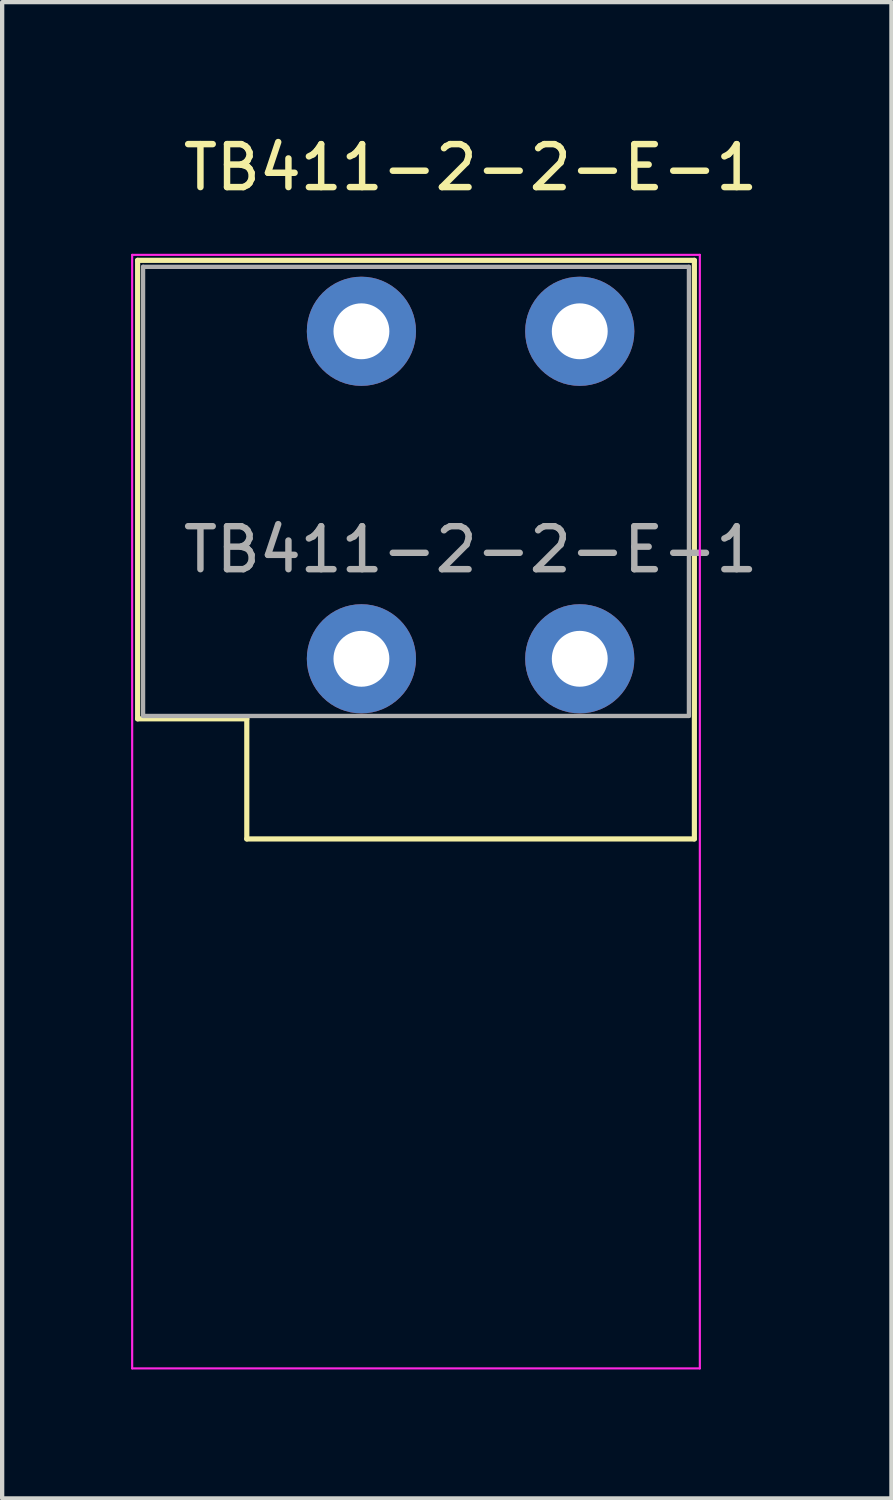
<source format=kicad_pcb>
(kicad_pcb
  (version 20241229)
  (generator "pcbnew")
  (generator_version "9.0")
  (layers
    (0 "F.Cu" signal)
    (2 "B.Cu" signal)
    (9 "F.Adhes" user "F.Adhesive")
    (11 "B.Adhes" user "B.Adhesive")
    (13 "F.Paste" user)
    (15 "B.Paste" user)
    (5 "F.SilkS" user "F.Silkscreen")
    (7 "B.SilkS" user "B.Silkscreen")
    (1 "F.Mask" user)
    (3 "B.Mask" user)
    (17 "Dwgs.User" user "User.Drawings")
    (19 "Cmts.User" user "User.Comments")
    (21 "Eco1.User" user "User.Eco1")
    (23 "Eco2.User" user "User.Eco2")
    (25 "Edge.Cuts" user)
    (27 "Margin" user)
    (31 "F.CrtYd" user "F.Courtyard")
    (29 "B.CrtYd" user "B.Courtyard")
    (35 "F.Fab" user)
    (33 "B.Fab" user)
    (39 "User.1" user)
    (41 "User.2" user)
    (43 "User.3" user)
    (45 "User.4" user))
  (footprint "TB411-2-2-E-1"
    (layer "F.Cu")
    (at 10.439 4.658)
    (property "Reference" "TB411-2-2-E-1" (at -2.54 -3.81 0) (unlocked yes) (layer "F.SilkS") (effects (font (size 1 1) (thickness 0.15))))
    (attr through_hole)
    (fp_line (start -10.287 -1.651) (end 2.667 -1.651) (stroke (width 0.12) (type solid)) (layer "F.SilkS"))
    (fp_line (start -10.287 9.017) (end -10.287 -1.651) (stroke (width 0.12) (type solid)) (layer "F.SilkS"))
    (fp_line (start -7.747 9.017) (end -10.287 9.017) (stroke (width 0.12) (type solid)) (layer "F.SilkS"))
    (fp_line (start -7.747 11.811) (end -7.747 9.017) (stroke (width 0.12) (type solid)) (layer "F.SilkS"))
    (fp_line (start 2.667 -1.651) (end 2.667 11.811) (stroke (width 0.12) (type solid)) (layer "F.SilkS"))
    (fp_line (start 2.667 11.811) (end -7.747 11.811) (stroke (width 0.12) (type solid)) (layer "F.SilkS"))
    (fp_line (start -10.414 -1.778) (end -10.414 24.13) (stroke (width 0.05) (type solid)) (layer "F.CrtYd"))
    (fp_line (start -10.414 24.13) (end 2.794 24.13) (stroke (width 0.05) (type solid)) (layer "F.CrtYd"))
    (fp_line (start 2.794 -1.778) (end -10.414 -1.778) (stroke (width 0.05) (type solid)) (layer "F.CrtYd"))
    (fp_line (start 2.794 -1.778) (end 2.794 24.13) (stroke (width 0.05) (type solid)) (layer "F.CrtYd"))
    (fp_line (start -10.16 -1.5) (end 2.54 -1.5) (stroke (width 0.1) (type solid)) (layer "F.Fab"))
    (fp_line (start -10.16 8.95) (end -10.16 -1.5) (stroke (width 0.1) (type solid)) (layer "F.Fab"))
    (fp_line (start 2.54 8.95) (end -10.16 8.95) (stroke (width 0.1) (type solid)) (layer "F.Fab"))
    (fp_line (start 2.54 8.95) (end 2.54 -1.5) (stroke (width 0.1) (type solid)) (layer "F.Fab"))
    (fp_text user "${REFERENCE}" (at -2.54 5.08 0) (unlocked yes) (layer "F.Fab") (effects (font (size 1 1) (thickness 0.15))))
    (pad "1" thru_hole circle (at 0 0) (size 2.54 2.54) (drill 1.3) (layers "*.Cu" "*.Mask"))
    (pad "1" thru_hole circle (at 0 7.62) (size 2.54 2.54) (drill 1.3) (layers "*.Cu" "*.Mask"))
    (pad "2" thru_hole circle (at -5.08 0) (size 2.54 2.54) (drill 1.3) (layers "*.Cu" "*.Mask"))
    (pad "2" thru_hole circle (at -5.08 7.62) (size 2.54 2.54) (drill 1.3) (layers "*.Cu" "*.Mask")))
  (gr_rect
    (start -3 -3)
    (end 17.691 31.813)
    (stroke (width 0.1) (type default))
    (fill no)
    (layer "Edge.Cuts")))
</source>
